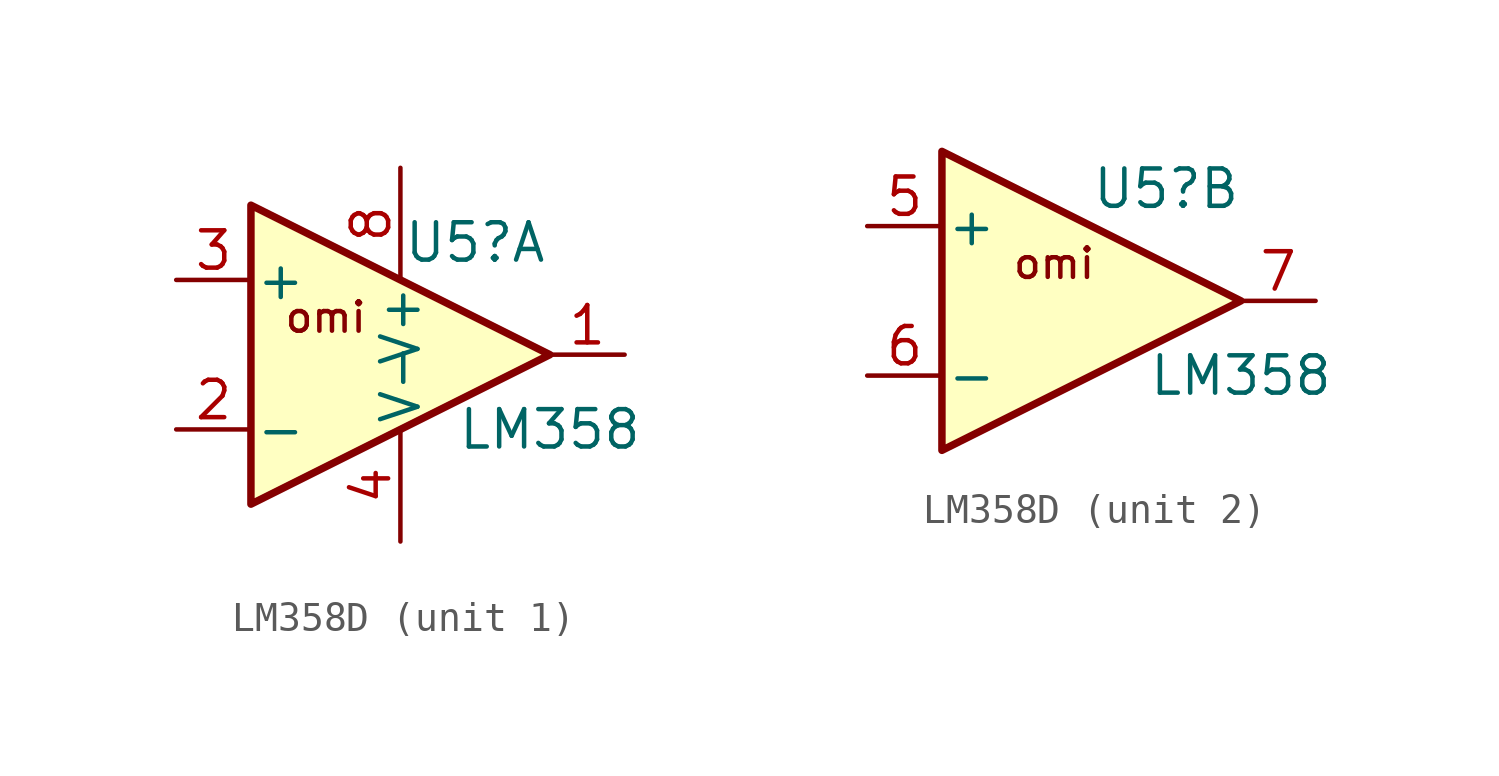
<source format=kicad_sym>
(kicad_symbol_lib
  (version 20220914)
  (generator kicad_symbol_editor)
  (symbol "LM358D"
    (pin_names
      (offset 0.127))
    (property "Reference" "U5"
      (at 2.54 3.81 0)
      (effects (font (size 1.27 1.27))))
    (property "Value" "LM358"
      (at 5.08 -2.54 0)
      (effects (font (size 1.27 1.27))))
    (property "ki_locked" ""
      (at 0 0 0)
      (effects (font (size 1.27 1.27))))
    (symbol "LM358D_1_1"
      (polyline (pts (xy -5.08 5.08) (xy 5.08 0) (xy -5.08 -5.08) (xy -5.08 5.08)) (stroke (width 0.254) (type default)) (fill (type background)))
      (text "omi" (at -2.54 1.27 0) (effects (font (size 1 1))))
      (pin output line (at 7.62 0 180) (length 2.54) (name "~" (effects (font (size 1.27 1.27)))) (number "1" (effects (font (size 1.27 1.27)))))
      (pin input line (at -7.62 -2.54 0) (length 2.54) (name "-" (effects (font (size 1.27 1.27)))) (number "2" (effects (font (size 1.27 1.27)))))
      (pin input line (at -7.62 2.54 0) (length 2.54) (name "+" (effects (font (size 1.27 1.27)))) (number "3" (effects (font (size 1.27 1.27)))))
      (pin power_in line (at 0 -6.35 90) (length 3.81) (name "V-" (effects (font (size 1.27 1.27)))) (number "4" (effects (font (size 1.27 1.27)))))
      (pin power_in line (at 0 6.35 270) (length 3.81) (name "V+" (effects (font (size 1.27 1.27)))) (number "8" (effects (font (size 1.27 1.27))))))
    (symbol "LM358D_2_1"
      (polyline (pts (xy -5.08 5.08) (xy 5.08 0) (xy -5.08 -5.08) (xy -5.08 5.08)) (stroke (width 0.254) (type default)) (fill (type background)))
      (text "omi" (at -1.27 1.27 0) (effects (font (size 1 1))))
      (pin input line (at -7.62 2.54 0) (length 2.54) (name "+" (effects (font (size 1.27 1.27)))) (number "5" (effects (font (size 1.27 1.27)))))
      (pin input line (at -7.62 -2.54 0) (length 2.54) (name "-" (effects (font (size 1.27 1.27)))) (number "6" (effects (font (size 1.27 1.27)))))
      (pin output line (at 7.62 0 180) (length 2.54) (name "~" (effects (font (size 1.27 1.27)))) (number "7" (effects (font (size 1.27 1.27))))))))
</source>
